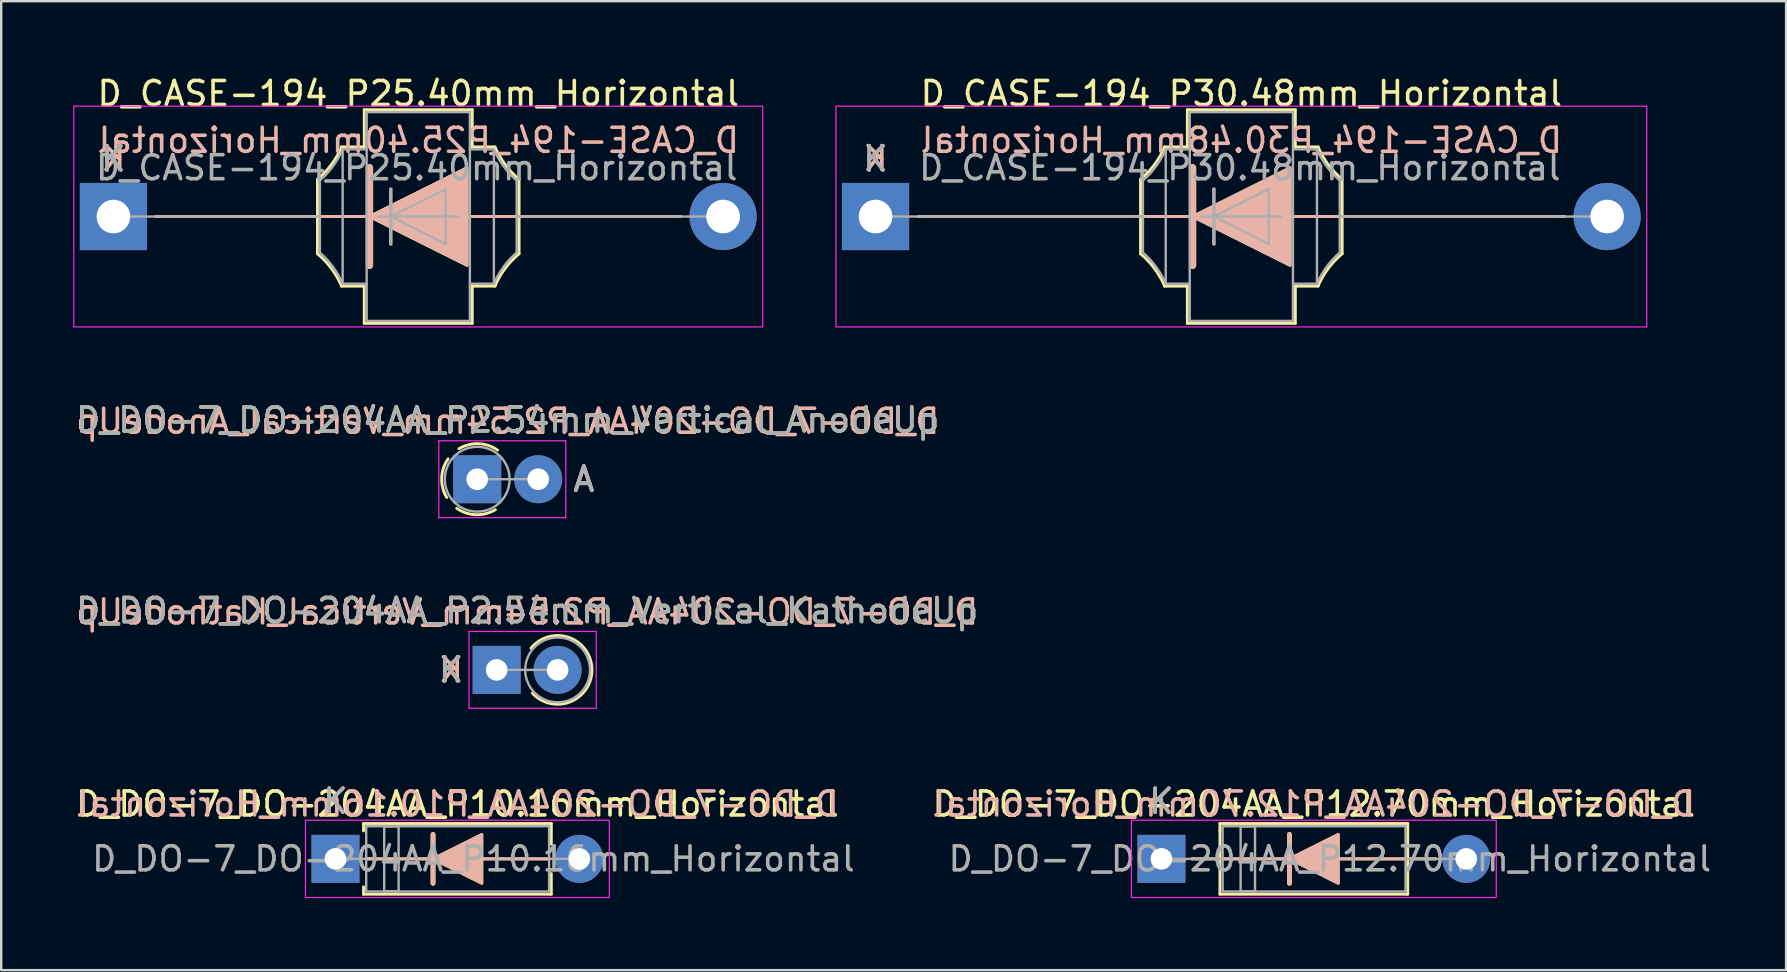
<source format=kicad_pcb>
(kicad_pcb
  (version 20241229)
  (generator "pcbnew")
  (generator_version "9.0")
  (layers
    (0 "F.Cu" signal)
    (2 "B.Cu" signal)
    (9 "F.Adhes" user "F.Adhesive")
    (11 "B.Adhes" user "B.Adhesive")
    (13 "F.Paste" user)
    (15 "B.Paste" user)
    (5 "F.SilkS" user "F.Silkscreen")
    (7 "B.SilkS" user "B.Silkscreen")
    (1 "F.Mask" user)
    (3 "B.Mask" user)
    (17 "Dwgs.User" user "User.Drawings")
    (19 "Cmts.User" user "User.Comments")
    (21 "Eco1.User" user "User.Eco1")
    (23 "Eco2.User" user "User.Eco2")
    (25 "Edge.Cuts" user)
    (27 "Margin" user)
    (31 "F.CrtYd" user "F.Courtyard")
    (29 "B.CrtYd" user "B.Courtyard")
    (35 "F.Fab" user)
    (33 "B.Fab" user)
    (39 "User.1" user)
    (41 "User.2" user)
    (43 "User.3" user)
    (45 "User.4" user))
  (footprint "D_DO-7_DO-204AA_P12.70mm_Horizontal"
    (layer "F.Cu")
    (at 45.335 32.731)
    (property "Reference" "D_DO-7_DO-204AA_P12.70mm_Horizontal" (at 6.35 -2.286 0) (layer "F.SilkS") (effects (font (size 1 1) (thickness 0.15))))
    (fp_line (start 1.27 0) (end 11.43 0) (stroke (width 0.12) (type default)) (layer "F.SilkS"))
    (fp_line (start 2.438 -1.473) (end 2.438 -1.168) (stroke (width 0.12) (type default)) (layer "F.SilkS"))
    (fp_line (start 2.438 -1.473) (end 10.262 -1.473) (stroke (width 0.12) (type default)) (layer "F.SilkS"))
    (fp_line (start 2.438 -1.168) (end 2.438 1.473) (stroke (width 0.12) (type default)) (layer "F.SilkS"))
    (fp_line (start 2.438 1.473) (end 10.262 1.473) (stroke (width 0.12) (type default)) (layer "F.SilkS"))
    (fp_line (start 5.334 -1.016) (end 5.334 1.016) (stroke (width 0.2) (type default)) (layer "F.SilkS"))
    (fp_line (start 10.262 -1.473) (end 10.262 -0.61) (stroke (width 0.12) (type default)) (layer "F.SilkS"))
    (fp_line (start 10.262 -0.61) (end 10.262 1.473) (stroke (width 0.12) (type default)) (layer "F.SilkS"))
    (fp_poly (pts (xy 7.366 1.016) (xy 5.334 0) (xy 7.366 -1.016)) (stroke (width 0.12) (type solid)) (fill yes) (layer "F.SilkS"))
    (fp_line (start 1.27 0) (end 11.43 0) (stroke (width 0.12) (type default)) (layer "B.SilkS"))
    (fp_line (start 5.334 1.016) (end 5.334 -1.016) (stroke (width 0.2) (type default)) (layer "B.SilkS"))
    (fp_poly (pts (xy 7.366 -1.016) (xy 5.334 0) (xy 7.366 1.016)) (stroke (width 0.12) (type solid)) (fill yes) (layer "B.SilkS"))
    (fp_rect (start -1.25 -1.61) (end 13.95 1.61) (stroke (width 0.05) (type default)) (fill no) (layer "F.CrtYd"))
    (fp_line (start 0 0) (end 2.55 0) (stroke (width 0.1) (type solid)) (layer "F.Fab"))
    (fp_line (start 12.7 0) (end 10.17 0) (stroke (width 0.1) (type solid)) (layer "F.Fab"))
    (fp_rect (start 2.55 -1.36) (end 10.17 1.36) (stroke (width 0.1) (type default)) (fill no) (layer "F.Fab"))
    (fp_rect (start 3.3 -1.35) (end 3.9 1.35) (stroke (width 0.1) (type solid)) (fill no) (layer "F.Fab"))
    (fp_text user "K" (at 0 -2.4 0) (layer "F.SilkS") (effects (font (size 1 1) (thickness 0.15))))
    (fp_text user "${REFERENCE}" (at 6.35 -2.286 0) (layer "B.SilkS") (effects (font (size 1 1) (thickness 0.15)) (justify mirror)))
    (fp_text user "K" (at 0 -2.4 0) (layer "F.Fab") (effects (font (size 1 1) (thickness 0.15))))
    (fp_text user "${REFERENCE}" (at 7.018 0 0) (layer "F.Fab") (effects (font (size 1 1) (thickness 0.15))))
    (pad "1" thru_hole rect (at 0 0) (size 2 2) (drill 0.9) (layers "*.Cu" "*.Mask"))
    (pad "2" thru_hole oval (at 12.7 0) (size 2 2) (drill 0.9) (layers "*.Cu" "*.Mask")))
  (footprint "D_DO-7_DO-204AA_P2.54mm_Vertical_AnodeUp"
    (layer "F.Cu")
    (at 16.831 16.915)
    (property "Reference" "D_DO-7_DO-204AA_P2.54mm_Vertical_AnodeUp" (at 1.27 -2.47 0) (layer "F.SilkS") (effects (font (size 1 1) (thickness 0.15))))
    (attr through_hole)
    (fp_arc (start -1.269999 0.762) (mid -1.480146 -0.052053) (end -1.213332 -0.849333) (stroke (width 0.12) (type default)) (layer "F.SilkS"))
    (fp_arc (start -0.762 -1.269999) (mid 0.052053 -1.480146) (end 0.849333 -1.213332) (stroke (width 0.12) (type default)) (layer "F.SilkS"))
    (fp_arc (start 0.757413 1.267904) (mid -0.05664 1.478051) (end -0.85392 1.211237) (stroke (width 0.12) (type default)) (layer "F.SilkS"))
    (fp_line (start -1.6 -1.6) (end -1.6 1.6) (stroke (width 0.05) (type solid)) (layer "F.CrtYd"))
    (fp_line (start -1.6 1.6) (end 3.69 1.6) (stroke (width 0.05) (type solid)) (layer "F.CrtYd"))
    (fp_line (start 3.69 -1.6) (end -1.6 -1.6) (stroke (width 0.05) (type solid)) (layer "F.CrtYd"))
    (fp_line (start 3.69 1.6) (end 3.69 -1.6) (stroke (width 0.05) (type solid)) (layer "F.CrtYd"))
    (fp_line (start 0 0) (end 2.54 0) (stroke (width 0.1) (type solid)) (layer "F.Fab"))
    (fp_circle (center 0 0) (end 1.35 0) (stroke (width 0.1) (type solid)) (fill no) (layer "F.Fab"))
    (fp_text user "A" (at 4.44 0 0) (layer "F.SilkS") (effects (font (size 1 1) (thickness 0.15))))
    (fp_text user "${REFERENCE}" (at 1.27 -2.413 0) (layer "B.SilkS") (effects (font (size 1 1) (thickness 0.15)) (justify mirror)))
    (fp_text user "A" (at 4.445 0 0) (layer "B.SilkS") (effects (font (size 1 1) (thickness 0.15)) (justify mirror)))
    (fp_text user "${REFERENCE}" (at 1.27 -2.47 0) (layer "F.Fab") (effects (font (size 1 1) (thickness 0.15))))
    (fp_text user "A" (at 4.44 0 0) (layer "F.Fab") (effects (font (size 1 1) (thickness 0.15))))
    (pad "1" thru_hole rect (at 0 0) (size 2 2) (drill 0.9) (layers "*.Cu" "*.Mask"))
    (pad "2" thru_hole oval (at 2.54 0) (size 2 2) (drill 0.9) (layers "*.Cu" "*.Mask")))
  (footprint "D_CASE-194_P30.48mm_Horizontal"
    (layer "F.Cu")
    (at 33.425 5.971)
    (property "Reference" "D_CASE-194_P30.48mm_Horizontal" (at 15.24 -5.123 0) (layer "F.SilkS") (effects (font (size 1 1) (thickness 0.15))))
    (attr through_hole)
    (fp_line (start 1.778 0) (end 11.04 0) (stroke (width 0.12) (type default)) (layer "F.SilkS"))
    (fp_line (start 11.04 -1.55) (end 11.04 1.55) (stroke (width 0.12) (type default)) (layer "F.SilkS"))
    (fp_line (start 11.04 0) (end 19.44 0) (stroke (width 0.12) (type default)) (layer "F.SilkS"))
    (fp_line (start 12.04 2.9) (end 12.99 2.9) (stroke (width 0.12) (type default)) (layer "F.SilkS"))
    (fp_line (start 12.99 -4.45) (end 12.99 -2.9) (stroke (width 0.12) (type default)) (layer "F.SilkS"))
    (fp_line (start 12.99 -2.9) (end 12.04 -2.9) (stroke (width 0.12) (type default)) (layer "F.SilkS"))
    (fp_line (start 12.99 2.9) (end 12.99 4.45) (stroke (width 0.12) (type default)) (layer "F.SilkS"))
    (fp_line (start 12.99 4.45) (end 17.49 4.45) (stroke (width 0.12) (type default)) (layer "F.SilkS"))
    (fp_line (start 13.208 -2.032) (end 13.208 2.032) (stroke (width 0.3) (type default)) (layer "F.SilkS"))
    (fp_line (start 17.49 -4.45) (end 12.99 -4.45) (stroke (width 0.12) (type default)) (layer "F.SilkS"))
    (fp_line (start 17.49 -2.9) (end 17.49 -4.45) (stroke (width 0.12) (type default)) (layer "F.SilkS"))
    (fp_line (start 17.49 2.9) (end 18.44 2.9) (stroke (width 0.12) (type default)) (layer "F.SilkS"))
    (fp_line (start 17.49 4.45) (end 17.49 2.9) (stroke (width 0.12) (type default)) (layer "F.SilkS"))
    (fp_line (start 18.44 -2.9) (end 17.49 -2.9) (stroke (width 0.12) (type default)) (layer "F.SilkS"))
    (fp_line (start 19.44 1.55) (end 19.44 -1.55) (stroke (width 0.12) (type default)) (layer "F.SilkS"))
    (fp_line (start 28.702 0) (end 19.44 0) (stroke (width 0.12) (type default)) (layer "F.SilkS"))
    (fp_arc (start 11.04 1.55) (mid 11.620922 2.165422) (end 12.044743 2.897945) (stroke (width 0.12) (type default)) (layer "F.SilkS"))
    (fp_arc (start 12.046354 -2.897243) (mid 11.62168 -2.164982) (end 11.04 -1.55) (stroke (width 0.12) (type default)) (layer "F.SilkS"))
    (fp_arc (start 18.433646 2.897242) (mid 18.85832 2.164982) (end 19.44 1.55) (stroke (width 0.12) (type default)) (layer "F.SilkS"))
    (fp_arc (start 19.44 -1.55) (mid 18.859074 -2.165419) (end 18.435257 -2.897945) (stroke (width 0.12) (type default)) (layer "F.SilkS"))
    (fp_poly (pts (xy 13.208 0) (xy 17.272 -2.032) (xy 17.272 2.032)) (stroke (width 0.12) (type solid)) (fill yes) (layer "F.SilkS"))
    (fp_line (start 1.778 0) (end 11.04 0) (stroke (width 0.12) (type default)) (layer "B.SilkS"))
    (fp_line (start 11.04 0) (end 19.44 0) (stroke (width 0.12) (type default)) (layer "B.SilkS"))
    (fp_line (start 13.208 2.032) (end 13.208 -2.032) (stroke (width 0.3) (type default)) (layer "B.SilkS"))
    (fp_line (start 28.702 0) (end 19.44 0) (stroke (width 0.12) (type default)) (layer "B.SilkS"))
    (fp_poly (pts (xy 13.208 0) (xy 17.272 2.032) (xy 17.272 -2.032)) (stroke (width 0.12) (type solid)) (fill yes) (layer "B.SilkS"))
    (fp_rect (start -1.65 -4.6) (end 32.13 4.6) (stroke (width 0.05) (type default)) (fill no) (layer "F.CrtYd"))
    (fp_line (start 0 0) (end 11.14 0) (stroke (width 0.1) (type solid)) (layer "F.Fab"))
    (fp_line (start 11.14 -1.5) (end 11.14 1.5) (stroke (width 0.1) (type default)) (layer "F.Fab"))
    (fp_line (start 12.09 -2.8) (end 12.09 2.8) (stroke (width 0.1) (type default)) (layer "F.Fab"))
    (fp_line (start 12.09 2.8) (end 13.09 2.8) (stroke (width 0.1) (type default)) (layer "F.Fab"))
    (fp_line (start 13.09 -2.8) (end 12.09 -2.8) (stroke (width 0.1) (type default)) (layer "F.Fab"))
    (fp_line (start 13.589 0) (end 16.891 0) (stroke (width 0.1) (type default)) (layer "F.Fab"))
    (fp_line (start 14.097 -1.143) (end 14.097 1.143) (stroke (width 0.15) (type default)) (layer "F.Fab"))
    (fp_line (start 17.39 2.8) (end 18.39 2.8) (stroke (width 0.1) (type default)) (layer "F.Fab"))
    (fp_line (start 18.39 -2.8) (end 17.39 -2.8) (stroke (width 0.1) (type default)) (layer "F.Fab"))
    (fp_line (start 18.39 2.8) (end 18.39 -2.8) (stroke (width 0.1) (type default)) (layer "F.Fab"))
    (fp_line (start 19.34 1.5) (end 19.34 -1.5) (stroke (width 0.1) (type default)) (layer "F.Fab"))
    (fp_line (start 30.48 0) (end 19.34 0) (stroke (width 0.1) (type solid)) (layer "F.Fab"))
    (fp_rect (start 13.09 -4.35) (end 17.39 4.35) (stroke (width 0.1) (type default)) (fill no) (layer "F.Fab"))
    (fp_arc (start 11.14 1.5) (mid 11.687424 2.097051) (end 12.089686 2.800136) (stroke (width 0.1) (type default)) (layer "F.Fab"))
    (fp_arc (start 12.091263 -2.799451) (mid 11.688174 -2.096621) (end 11.139999 -1.500001) (stroke (width 0.1) (type default)) (layer "F.Fab"))
    (fp_arc (start 18.39 2.8) (mid 18.792299 2.096849) (end 19.339775 1.499742) (stroke (width 0.1) (type default)) (layer "F.Fab"))
    (fp_arc (start 19.339686 -1.499864) (mid 18.79226 -2.096913) (end 18.39 -2.8) (stroke (width 0.1) (type default)) (layer "F.Fab"))
    (fp_poly (pts (xy 14.097 0) (xy 16.383 -1.143) (xy 16.383 1.143)) (stroke (width 0.1) (type solid)) (fill no) (layer "F.Fab"))
    (fp_text user "K" (at 0 -2.4 0) (layer "F.SilkS") (effects (font (size 1 1) (thickness 0.15))))
    (fp_text user "${REFERENCE}" (at 15.24 -3.175 0) (layer "B.SilkS") (effects (font (size 1 1) (thickness 0.15)) (justify mirror)))
    (fp_text user "K" (at 0 -2.413 0) (layer "B.SilkS") (effects (font (size 1 1) (thickness 0.15)) (justify mirror)))
    (fp_text user "${REFERENCE}" (at 15.177 -2.032 0) (layer "F.Fab") (effects (font (size 1 1) (thickness 0.15))))
    (fp_text user "K" (at 0 -2.4 0) (layer "F.Fab") (effects (font (size 1 1) (thickness 0.15))))
    (pad "1" thru_hole rect (at 0 0) (size 2.8 2.8) (drill 1.4) (layers "*.Cu" "*.Mask"))
    (pad "2" thru_hole oval (at 30.48 0) (size 2.8 2.8) (drill 1.4) (layers "*.Cu" "*.Mask")))
  (footprint "D_DO-7_DO-204AA_P10.16mm_Horizontal"
    (layer "F.Cu")
    (at 10.926 32.731)
    (property "Reference" "D_DO-7_DO-204AA_P10.16mm_Horizontal" (at 5.08 -2.286 0) (layer "F.SilkS") (effects (font (size 1 1) (thickness 0.15))))
    (fp_line (start 1.168 -1.473) (end 1.168 -1.168) (stroke (width 0.12) (type default)) (layer "F.SilkS"))
    (fp_line (start 1.168 -1.473) (end 8.992 -1.473) (stroke (width 0.12) (type default)) (layer "F.SilkS"))
    (fp_line (start 1.168 1.168) (end 1.168 1.473) (stroke (width 0.12) (type default)) (layer "F.SilkS"))
    (fp_line (start 1.168 1.473) (end 8.992 1.473) (stroke (width 0.12) (type default)) (layer "F.SilkS"))
    (fp_line (start 1.27 0) (end 8.89 0) (stroke (width 0.12) (type default)) (layer "F.SilkS"))
    (fp_line (start 4.064 -1.016) (end 4.064 1.016) (stroke (width 0.2) (type default)) (layer "F.SilkS"))
    (fp_line (start 8.992 -1.473) (end 8.992 -0.61) (stroke (width 0.12) (type default)) (layer "F.SilkS"))
    (fp_line (start 8.992 0.61) (end 8.992 1.473) (stroke (width 0.12) (type default)) (layer "F.SilkS"))
    (fp_poly (pts (xy 6.096 1.016) (xy 4.064 0) (xy 6.096 -1.016)) (stroke (width 0.12) (type solid)) (fill yes) (layer "F.SilkS"))
    (fp_line (start 1.27 0) (end 8.89 0) (stroke (width 0.12) (type default)) (layer "B.SilkS"))
    (fp_line (start 4.064 1.016) (end 4.064 -1.016) (stroke (width 0.2) (type default)) (layer "B.SilkS"))
    (fp_poly (pts (xy 6.096 -1.016) (xy 4.064 0) (xy 6.096 1.016)) (stroke (width 0.12) (type solid)) (fill yes) (layer "B.SilkS"))
    (fp_rect (start -1.25 -1.61) (end 11.41 1.61) (stroke (width 0.05) (type default)) (fill no) (layer "F.CrtYd"))
    (fp_line (start 0 0) (end 1.28 0) (stroke (width 0.1) (type solid)) (layer "F.Fab"))
    (fp_line (start 10.16 0) (end 8.9 0) (stroke (width 0.1) (type solid)) (layer "F.Fab"))
    (fp_rect (start 1.28 -1.36) (end 8.9 1.36) (stroke (width 0.1) (type default)) (fill no) (layer "F.Fab"))
    (fp_rect (start 2.03 -1.35) (end 2.63 1.35) (stroke (width 0.1) (type solid)) (fill no) (layer "F.Fab"))
    (fp_text user "K" (at 0 -2.4 0) (layer "F.SilkS") (effects (font (size 1 1) (thickness 0.15))))
    (fp_text user "${REFERENCE}" (at 5.08 -2.286 0) (layer "B.SilkS") (effects (font (size 1 1) (thickness 0.15)) (justify mirror)))
    (fp_text user "K" (at 0 -2.4 0) (layer "F.Fab") (effects (font (size 1 1) (thickness 0.15))))
    (fp_text user "${REFERENCE}" (at 5.747 0 0) (layer "F.Fab") (effects (font (size 1 1) (thickness 0.15))))
    (pad "1" thru_hole rect (at 0 0) (size 2 2) (drill 0.9) (layers "*.Cu" "*.Mask"))
    (pad "2" thru_hole oval (at 10.16 0) (size 2 2) (drill 0.9) (layers "*.Cu" "*.Mask")))
  (footprint "D_DO-7_DO-204AA_P2.54mm_Vertical_KathodeUp"
    (layer "F.Cu")
    (at 17.641 24.858)
    (property "Reference" "D_DO-7_DO-204AA_P2.54mm_Vertical_KathodeUp" (at 1.27 -2.47 0) (layer "F.SilkS") (effects (font (size 1 1) (thickness 0.15))))
    (attr through_hole)
    (fp_arc (start 1.426761 -0.9) (mid 3.970816 -0.045469) (end 1.48615 0.968866) (stroke (width 0.12) (type solid)) (layer "F.SilkS"))
    (fp_line (start -1.15 -1.6) (end -1.15 1.6) (stroke (width 0.05) (type solid)) (layer "F.CrtYd"))
    (fp_line (start -1.15 1.6) (end 4.15 1.6) (stroke (width 0.05) (type solid)) (layer "F.CrtYd"))
    (fp_line (start 4.15 -1.6) (end -1.15 -1.6) (stroke (width 0.05) (type solid)) (layer "F.CrtYd"))
    (fp_line (start 4.15 1.6) (end 4.15 -1.6) (stroke (width 0.05) (type solid)) (layer "F.CrtYd"))
    (fp_line (start 0 0) (end 2.54 0) (stroke (width 0.1) (type solid)) (layer "F.Fab"))
    (fp_circle (center 2.54 0) (end 3.89 0) (stroke (width 0.1) (type solid)) (fill no) (layer "F.Fab"))
    (fp_text user "K" (at -1.9 0 0) (layer "F.SilkS") (effects (font (size 1 1) (thickness 0.15))))
    (fp_text user "K" (at -1.905 0 0) (layer "B.SilkS") (effects (font (size 1 1) (thickness 0.15)) (justify mirror)))
    (fp_text user "${REFERENCE}" (at 1.27 -2.413 0) (layer "B.SilkS") (effects (font (size 1 1) (thickness 0.15)) (justify mirror)))
    (fp_text user "${REFERENCE}" (at 1.27 -2.47 0) (layer "F.Fab") (effects (font (size 1 1) (thickness 0.15))))
    (fp_text user "K" (at -1.9 0 0) (layer "F.Fab") (effects (font (size 1 1) (thickness 0.15))))
    (pad "1" thru_hole rect (at 0 0) (size 2 2) (drill 0.9) (layers "*.Cu" "*.Mask"))
    (pad "2" thru_hole oval (at 2.54 0) (size 2 2) (drill 0.9) (layers "*.Cu" "*.Mask")))
  (footprint "D_CASE-194_P25.40mm_Horizontal"
    (layer "F.Cu")
    (at 1.675 5.971)
    (property "Reference" "D_CASE-194_P25.40mm_Horizontal" (at 12.7 -5.123 0) (layer "F.SilkS") (effects (font (size 1 1) (thickness 0.15))))
    (attr through_hole)
    (fp_line (start 1.778 0) (end 8.5 0) (stroke (width 0.12) (type default)) (layer "F.SilkS"))
    (fp_line (start 8.5 -1.55) (end 8.5 1.55) (stroke (width 0.12) (type default)) (layer "F.SilkS"))
    (fp_line (start 8.5 0) (end 16.9 0) (stroke (width 0.12) (type default)) (layer "F.SilkS"))
    (fp_line (start 9.5 2.9) (end 10.45 2.9) (stroke (width 0.12) (type default)) (layer "F.SilkS"))
    (fp_line (start 10.45 -4.45) (end 10.45 -2.9) (stroke (width 0.12) (type default)) (layer "F.SilkS"))
    (fp_line (start 10.45 -2.9) (end 9.5 -2.9) (stroke (width 0.12) (type default)) (layer "F.SilkS"))
    (fp_line (start 10.45 2.9) (end 10.45 4.45) (stroke (width 0.12) (type default)) (layer "F.SilkS"))
    (fp_line (start 10.45 4.45) (end 14.95 4.45) (stroke (width 0.12) (type default)) (layer "F.SilkS"))
    (fp_line (start 10.668 -2.032) (end 10.668 2.032) (stroke (width 0.3) (type default)) (layer "F.SilkS"))
    (fp_line (start 14.95 -4.45) (end 10.45 -4.45) (stroke (width 0.12) (type default)) (layer "F.SilkS"))
    (fp_line (start 14.95 -2.9) (end 14.95 -4.45) (stroke (width 0.12) (type default)) (layer "F.SilkS"))
    (fp_line (start 14.95 2.9) (end 15.9 2.9) (stroke (width 0.12) (type default)) (layer "F.SilkS"))
    (fp_line (start 14.95 4.45) (end 14.95 2.9) (stroke (width 0.12) (type default)) (layer "F.SilkS"))
    (fp_line (start 15.9 -2.9) (end 14.95 -2.9) (stroke (width 0.12) (type default)) (layer "F.SilkS"))
    (fp_line (start 16.9 1.55) (end 16.9 -1.55) (stroke (width 0.12) (type default)) (layer "F.SilkS"))
    (fp_line (start 23.622 0) (end 16.9 0) (stroke (width 0.12) (type default)) (layer "F.SilkS"))
    (fp_arc (start 8.5 1.55) (mid 9.080922 2.165422) (end 9.504743 2.897945) (stroke (width 0.12) (type default)) (layer "F.SilkS"))
    (fp_arc (start 9.506354 -2.897243) (mid 9.08168 -2.164982) (end 8.5 -1.55) (stroke (width 0.12) (type default)) (layer "F.SilkS"))
    (fp_arc (start 15.893646 2.897242) (mid 16.31832 2.164982) (end 16.9 1.55) (stroke (width 0.12) (type default)) (layer "F.SilkS"))
    (fp_arc (start 16.9 -1.55) (mid 16.319074 -2.165419) (end 15.895257 -2.897945) (stroke (width 0.12) (type default)) (layer "F.SilkS"))
    (fp_poly (pts (xy 10.668 0) (xy 14.732 -2.032) (xy 14.732 2.032)) (stroke (width 0.12) (type solid)) (fill yes) (layer "F.SilkS"))
    (fp_line (start 1.778 0) (end 8.5 0) (stroke (width 0.12) (type default)) (layer "B.SilkS"))
    (fp_line (start 8.5 0) (end 16.9 0) (stroke (width 0.12) (type default)) (layer "B.SilkS"))
    (fp_line (start 10.668 2.032) (end 10.668 -2.032) (stroke (width 0.3) (type default)) (layer "B.SilkS"))
    (fp_line (start 23.622 0) (end 16.9 0) (stroke (width 0.12) (type default)) (layer "B.SilkS"))
    (fp_poly (pts (xy 10.668 0) (xy 14.732 2.032) (xy 14.732 -2.032)) (stroke (width 0.12) (type solid)) (fill yes) (layer "B.SilkS"))
    (fp_rect (start -1.65 -4.6) (end 27.05 4.6) (stroke (width 0.05) (type default)) (fill no) (layer "F.CrtYd"))
    (fp_line (start 0 0) (end 8.6 0) (stroke (width 0.1) (type solid)) (layer "F.Fab"))
    (fp_line (start 8.6 -1.5) (end 8.6 1.5) (stroke (width 0.1) (type default)) (layer "F.Fab"))
    (fp_line (start 9.55 -2.8) (end 9.55 2.8) (stroke (width 0.1) (type default)) (layer "F.Fab"))
    (fp_line (start 9.55 2.8) (end 10.55 2.8) (stroke (width 0.1) (type default)) (layer "F.Fab"))
    (fp_line (start 10.55 -2.8) (end 9.55 -2.8) (stroke (width 0.1) (type default)) (layer "F.Fab"))
    (fp_line (start 11.049 0) (end 14.351 0) (stroke (width 0.1) (type default)) (layer "F.Fab"))
    (fp_line (start 11.557 -1.143) (end 11.557 1.143) (stroke (width 0.15) (type default)) (layer "F.Fab"))
    (fp_line (start 14.85 2.8) (end 15.85 2.8) (stroke (width 0.1) (type default)) (layer "F.Fab"))
    (fp_line (start 15.85 -2.8) (end 14.85 -2.8) (stroke (width 0.1) (type default)) (layer "F.Fab"))
    (fp_line (start 15.85 2.8) (end 15.85 -2.8) (stroke (width 0.1) (type default)) (layer "F.Fab"))
    (fp_line (start 16.8 1.5) (end 16.8 -1.5) (stroke (width 0.1) (type default)) (layer "F.Fab"))
    (fp_line (start 25.4 0) (end 16.8 0) (stroke (width 0.1) (type solid)) (layer "F.Fab"))
    (fp_rect (start 10.55 -4.35) (end 14.85 4.35) (stroke (width 0.1) (type default)) (fill no) (layer "F.Fab"))
    (fp_arc (start 8.6 1.5) (mid 9.147424 2.097051) (end 9.549686 2.800136) (stroke (width 0.1) (type default)) (layer "F.Fab"))
    (fp_arc (start 9.551263 -2.799451) (mid 9.148174 -2.096621) (end 8.599999 -1.500001) (stroke (width 0.1) (type default)) (layer "F.Fab"))
    (fp_arc (start 15.85 2.8) (mid 16.252299 2.096849) (end 16.799775 1.499742) (stroke (width 0.1) (type default)) (layer "F.Fab"))
    (fp_arc (start 16.799686 -1.499864) (mid 16.25226 -2.096913) (end 15.85 -2.8) (stroke (width 0.1) (type default)) (layer "F.Fab"))
    (fp_poly (pts (xy 11.557 0) (xy 13.843 -1.143) (xy 13.843 1.143)) (stroke (width 0.1) (type solid)) (fill no) (layer "F.Fab"))
    (fp_text user "K" (at 0 -2.4 0) (layer "F.SilkS") (effects (font (size 1 1) (thickness 0.15))))
    (fp_text user "K" (at 0 -2.413 0) (layer "B.SilkS") (effects (font (size 1 1) (thickness 0.15)) (justify mirror)))
    (fp_text user "${REFERENCE}" (at 12.7 -3.175 0) (layer "B.SilkS") (effects (font (size 1 1) (thickness 0.15)) (justify mirror)))
    (fp_text user "K" (at 0 -2.4 0) (layer "F.Fab") (effects (font (size 1 1) (thickness 0.15))))
    (fp_text user "${REFERENCE}" (at 12.636 -2.032 0) (layer "F.Fab") (effects (font (size 1 1) (thickness 0.15))))
    (pad "1" thru_hole rect (at 0 0) (size 2.8 2.8) (drill 1.4) (layers "*.Cu" "*.Mask"))
    (pad "2" thru_hole oval (at 25.4 0) (size 2.8 2.8) (drill 1.4) (layers "*.Cu" "*.Mask")))
  (gr_rect
    (start -3 -3)
    (end 71.359 37.366)
    (stroke (width 0.1) (type default))
    (fill no)
    (layer "Edge.Cuts")))
</source>
